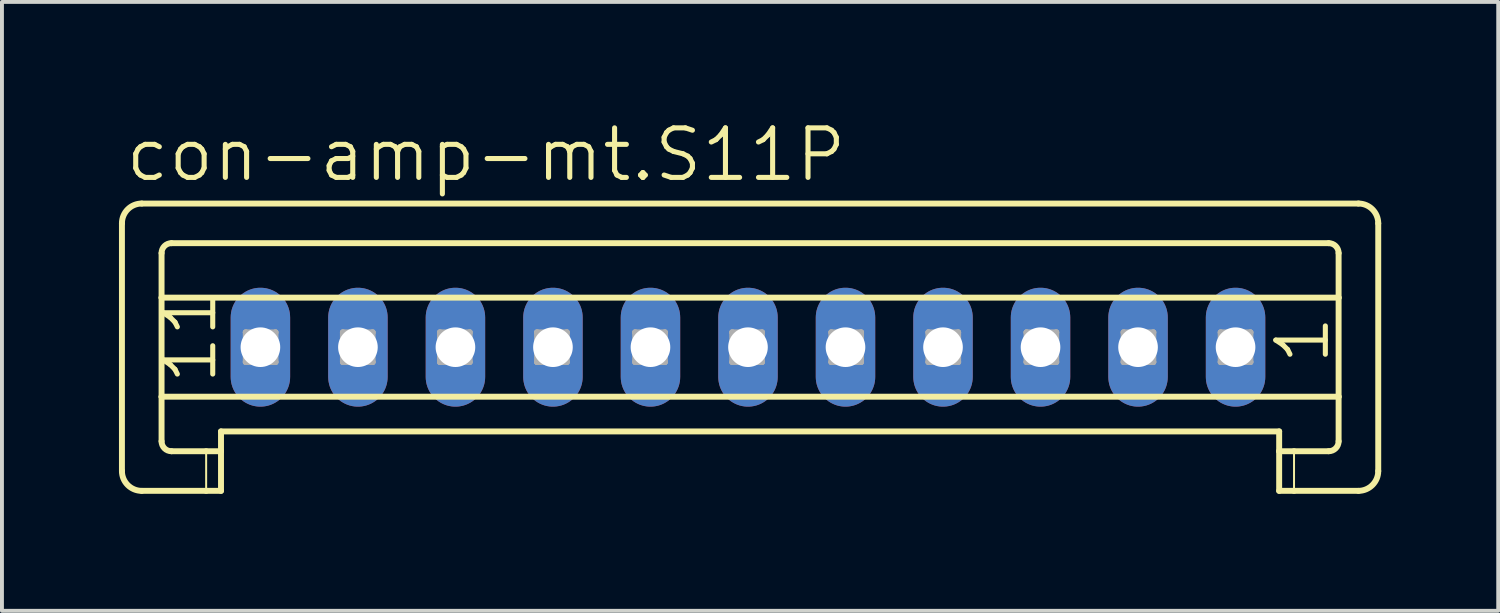
<source format=kicad_pcb>
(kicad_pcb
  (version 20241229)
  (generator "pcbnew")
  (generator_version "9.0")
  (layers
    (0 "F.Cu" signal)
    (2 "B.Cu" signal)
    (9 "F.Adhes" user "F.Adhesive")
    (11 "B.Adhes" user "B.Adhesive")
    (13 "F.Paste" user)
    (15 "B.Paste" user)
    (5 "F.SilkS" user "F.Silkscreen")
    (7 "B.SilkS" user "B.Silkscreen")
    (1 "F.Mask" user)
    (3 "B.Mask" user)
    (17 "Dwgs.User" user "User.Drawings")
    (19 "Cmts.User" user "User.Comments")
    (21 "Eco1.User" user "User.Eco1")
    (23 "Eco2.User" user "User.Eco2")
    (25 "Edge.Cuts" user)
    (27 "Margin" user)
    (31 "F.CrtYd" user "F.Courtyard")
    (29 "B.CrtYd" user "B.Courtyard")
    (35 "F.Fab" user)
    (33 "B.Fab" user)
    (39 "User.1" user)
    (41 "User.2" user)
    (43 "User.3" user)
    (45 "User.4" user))
  (footprint "con-amp-mt.S11P"
    (layer "F.Cu")
    (at 16.126 5.851)
    (property "Reference" "con-amp-mt.S11P" (at -16.024 -4.191 0) (layer "F.SilkS") (effects (font (size 1.27 1.27) (thickness 0.13)) (justify left bottom)))
    (attr through_hole)
    (fp_line (start -16.05 -3.175) (end -16.05 3.175) (stroke (width 0.152) (type default)) (layer "F.SilkS"))
    (fp_line (start -15.542 -3.683) (end 15.65 -3.683) (stroke (width 0.152) (type default)) (layer "F.SilkS"))
    (fp_line (start -15.034 -1.27) (end -15.034 -2.413) (stroke (width 0.152) (type default)) (layer "F.SilkS"))
    (fp_line (start -15.034 -1.27) (end 15.142 -1.27) (stroke (width 0.152) (type default)) (layer "F.SilkS"))
    (fp_line (start -15.034 1.27) (end -15.034 -1.27) (stroke (width 0.152) (type default)) (layer "F.SilkS"))
    (fp_line (start -15.034 1.27) (end 15.142 1.27) (stroke (width 0.152) (type default)) (layer "F.SilkS"))
    (fp_line (start -15.034 2.413) (end -15.034 1.27) (stroke (width 0.152) (type default)) (layer "F.SilkS"))
    (fp_line (start -14.78 -2.667) (end 14.888 -2.667) (stroke (width 0.152) (type default)) (layer "F.SilkS"))
    (fp_line (start -14.78 2.667) (end -13.891 2.667) (stroke (width 0.152) (type default)) (layer "F.SilkS"))
    (fp_line (start -13.891 2.667) (end -13.891 3.683) (stroke (width 0.051) (type default)) (layer "F.SilkS"))
    (fp_line (start -13.891 2.667) (end -13.51 2.667) (stroke (width 0.152) (type default)) (layer "F.SilkS"))
    (fp_line (start -13.891 3.683) (end -15.542 3.683) (stroke (width 0.152) (type default)) (layer "F.SilkS"))
    (fp_line (start -13.51 2.159) (end 13.618 2.159) (stroke (width 0.152) (type default)) (layer "F.SilkS"))
    (fp_line (start -13.51 2.667) (end -13.51 2.159) (stroke (width 0.152) (type default)) (layer "F.SilkS"))
    (fp_line (start -13.51 2.667) (end -13.51 3.683) (stroke (width 0.152) (type default)) (layer "F.SilkS"))
    (fp_line (start -13.51 3.683) (end -13.891 3.683) (stroke (width 0.152) (type default)) (layer "F.SilkS"))
    (fp_line (start 13.618 2.667) (end 13.618 2.159) (stroke (width 0.152) (type default)) (layer "F.SilkS"))
    (fp_line (start 13.618 2.667) (end 13.999 2.667) (stroke (width 0.152) (type default)) (layer "F.SilkS"))
    (fp_line (start 13.618 3.683) (end 13.618 2.667) (stroke (width 0.152) (type default)) (layer "F.SilkS"))
    (fp_line (start 13.999 2.667) (end 13.999 3.683) (stroke (width 0.051) (type default)) (layer "F.SilkS"))
    (fp_line (start 13.999 2.667) (end 14.888 2.667) (stroke (width 0.152) (type default)) (layer "F.SilkS"))
    (fp_line (start 13.999 3.683) (end 13.618 3.683) (stroke (width 0.152) (type default)) (layer "F.SilkS"))
    (fp_line (start 15.142 -1.27) (end 15.142 -2.413) (stroke (width 0.152) (type default)) (layer "F.SilkS"))
    (fp_line (start 15.142 1.27) (end 15.142 -1.27) (stroke (width 0.152) (type default)) (layer "F.SilkS"))
    (fp_line (start 15.142 2.413) (end 15.142 1.27) (stroke (width 0.152) (type default)) (layer "F.SilkS"))
    (fp_line (start 15.65 3.683) (end 13.999 3.683) (stroke (width 0.152) (type default)) (layer "F.SilkS"))
    (fp_line (start 16.158 -3.175) (end 16.158 3.175) (stroke (width 0.152) (type default)) (layer "F.SilkS"))
    (fp_arc (start -16.05 -3.175) (mid -15.90121 -3.53421) (end -15.542 -3.683) (stroke (width 0.1524) (type default)) (layer "F.SilkS"))
    (fp_arc (start -15.542 3.683) (mid -15.90121 3.53421) (end -16.05 3.175) (stroke (width 0.1524) (type default)) (layer "F.SilkS"))
    (fp_arc (start -15.034 -2.413) (mid -14.959605 -2.592605) (end -14.78 -2.667) (stroke (width 0.1524) (type default)) (layer "F.SilkS"))
    (fp_arc (start -14.78 2.667) (mid -14.959605 2.592605) (end -15.034 2.413) (stroke (width 0.1524) (type default)) (layer "F.SilkS"))
    (fp_arc (start 14.888 -2.667) (mid 15.067605 -2.592605) (end 15.142 -2.413) (stroke (width 0.1524) (type default)) (layer "F.SilkS"))
    (fp_arc (start 15.142 2.413) (mid 15.067605 2.592605) (end 14.888 2.667) (stroke (width 0.1524) (type default)) (layer "F.SilkS"))
    (fp_arc (start 15.65 -3.683) (mid 16.00921 -3.53421) (end 16.158 -3.175) (stroke (width 0.1524) (type default)) (layer "F.SilkS"))
    (fp_arc (start 16.158 3.175) (mid 16.00921 3.53421) (end 15.65 3.683) (stroke (width 0.1524) (type default)) (layer "F.SilkS"))
    (fp_line (start -12.875 -0.381) (end -12.875 0.381) (stroke (width 0.152) (type default)) (layer "F.Fab"))
    (fp_line (start -12.875 -0.381) (end -12.113 0.381) (stroke (width 0.152) (type default)) (layer "F.Fab"))
    (fp_line (start -12.875 0.381) (end -12.113 0.381) (stroke (width 0.152) (type default)) (layer "F.Fab"))
    (fp_line (start -12.113 -0.381) (end -12.875 -0.381) (stroke (width 0.152) (type default)) (layer "F.Fab"))
    (fp_line (start -12.113 -0.381) (end -12.875 0.381) (stroke (width 0.152) (type default)) (layer "F.Fab"))
    (fp_line (start -12.113 0.381) (end -12.113 -0.381) (stroke (width 0.152) (type default)) (layer "F.Fab"))
    (fp_line (start -10.385 -0.381) (end -10.385 0.381) (stroke (width 0.152) (type default)) (layer "F.Fab"))
    (fp_line (start -10.385 -0.381) (end -9.623 0.381) (stroke (width 0.152) (type default)) (layer "F.Fab"))
    (fp_line (start -10.385 0.381) (end -9.623 0.381) (stroke (width 0.152) (type default)) (layer "F.Fab"))
    (fp_line (start -9.623 -0.381) (end -10.385 -0.381) (stroke (width 0.152) (type default)) (layer "F.Fab"))
    (fp_line (start -9.623 -0.381) (end -10.385 0.381) (stroke (width 0.152) (type default)) (layer "F.Fab"))
    (fp_line (start -9.623 0.381) (end -9.623 -0.381) (stroke (width 0.152) (type default)) (layer "F.Fab"))
    (fp_line (start -7.896 -0.381) (end -7.896 0.381) (stroke (width 0.152) (type default)) (layer "F.Fab"))
    (fp_line (start -7.896 -0.381) (end -7.134 0.381) (stroke (width 0.152) (type default)) (layer "F.Fab"))
    (fp_line (start -7.896 0.381) (end -7.134 0.381) (stroke (width 0.152) (type default)) (layer "F.Fab"))
    (fp_line (start -7.134 -0.381) (end -7.896 -0.381) (stroke (width 0.152) (type default)) (layer "F.Fab"))
    (fp_line (start -7.134 -0.381) (end -7.896 0.381) (stroke (width 0.152) (type default)) (layer "F.Fab"))
    (fp_line (start -7.134 0.381) (end -7.134 -0.381) (stroke (width 0.152) (type default)) (layer "F.Fab"))
    (fp_line (start -5.407 -0.381) (end -5.407 0.381) (stroke (width 0.152) (type default)) (layer "F.Fab"))
    (fp_line (start -5.407 -0.381) (end -4.645 0.381) (stroke (width 0.152) (type default)) (layer "F.Fab"))
    (fp_line (start -5.407 0.381) (end -4.645 0.381) (stroke (width 0.152) (type default)) (layer "F.Fab"))
    (fp_line (start -4.645 -0.381) (end -5.407 -0.381) (stroke (width 0.152) (type default)) (layer "F.Fab"))
    (fp_line (start -4.645 -0.381) (end -5.407 0.381) (stroke (width 0.152) (type default)) (layer "F.Fab"))
    (fp_line (start -4.645 0.381) (end -4.645 -0.381) (stroke (width 0.152) (type default)) (layer "F.Fab"))
    (fp_line (start -2.892 -0.381) (end -2.892 0.381) (stroke (width 0.152) (type default)) (layer "F.Fab"))
    (fp_line (start -2.892 -0.381) (end -2.13 0.381) (stroke (width 0.152) (type default)) (layer "F.Fab"))
    (fp_line (start -2.892 0.381) (end -2.13 0.381) (stroke (width 0.152) (type default)) (layer "F.Fab"))
    (fp_line (start -2.13 -0.381) (end -2.892 -0.381) (stroke (width 0.152) (type default)) (layer "F.Fab"))
    (fp_line (start -2.13 -0.381) (end -2.892 0.381) (stroke (width 0.152) (type default)) (layer "F.Fab"))
    (fp_line (start -2.13 0.381) (end -2.13 -0.381) (stroke (width 0.152) (type default)) (layer "F.Fab"))
    (fp_line (start -0.403 -0.381) (end -0.403 0.381) (stroke (width 0.152) (type default)) (layer "F.Fab"))
    (fp_line (start -0.403 -0.381) (end 0.359 0.381) (stroke (width 0.152) (type default)) (layer "F.Fab"))
    (fp_line (start -0.403 0.381) (end 0.359 0.381) (stroke (width 0.152) (type default)) (layer "F.Fab"))
    (fp_line (start 0.359 -0.381) (end -0.403 -0.381) (stroke (width 0.152) (type default)) (layer "F.Fab"))
    (fp_line (start 0.359 -0.381) (end -0.403 0.381) (stroke (width 0.152) (type default)) (layer "F.Fab"))
    (fp_line (start 0.359 0.381) (end 0.359 -0.381) (stroke (width 0.152) (type default)) (layer "F.Fab"))
    (fp_line (start 2.137 -0.381) (end 2.137 0.381) (stroke (width 0.152) (type default)) (layer "F.Fab"))
    (fp_line (start 2.137 -0.381) (end 2.899 0.381) (stroke (width 0.152) (type default)) (layer "F.Fab"))
    (fp_line (start 2.137 0.381) (end 2.899 0.381) (stroke (width 0.152) (type default)) (layer "F.Fab"))
    (fp_line (start 2.899 -0.381) (end 2.137 -0.381) (stroke (width 0.152) (type default)) (layer "F.Fab"))
    (fp_line (start 2.899 -0.381) (end 2.137 0.381) (stroke (width 0.152) (type default)) (layer "F.Fab"))
    (fp_line (start 2.899 0.381) (end 2.899 -0.381) (stroke (width 0.152) (type default)) (layer "F.Fab"))
    (fp_line (start 4.626 -0.381) (end 4.626 0.381) (stroke (width 0.152) (type default)) (layer "F.Fab"))
    (fp_line (start 4.626 -0.381) (end 5.388 0.381) (stroke (width 0.152) (type default)) (layer "F.Fab"))
    (fp_line (start 4.626 0.381) (end 5.388 0.381) (stroke (width 0.152) (type default)) (layer "F.Fab"))
    (fp_line (start 5.388 -0.381) (end 4.626 -0.381) (stroke (width 0.152) (type default)) (layer "F.Fab"))
    (fp_line (start 5.388 -0.381) (end 4.626 0.381) (stroke (width 0.152) (type default)) (layer "F.Fab"))
    (fp_line (start 5.388 0.381) (end 5.388 -0.381) (stroke (width 0.152) (type default)) (layer "F.Fab"))
    (fp_line (start 7.141 -0.381) (end 7.141 0.381) (stroke (width 0.152) (type default)) (layer "F.Fab"))
    (fp_line (start 7.141 -0.381) (end 7.903 0.381) (stroke (width 0.152) (type default)) (layer "F.Fab"))
    (fp_line (start 7.141 0.381) (end 7.903 0.381) (stroke (width 0.152) (type default)) (layer "F.Fab"))
    (fp_line (start 7.903 -0.381) (end 7.141 -0.381) (stroke (width 0.152) (type default)) (layer "F.Fab"))
    (fp_line (start 7.903 -0.381) (end 7.141 0.381) (stroke (width 0.152) (type default)) (layer "F.Fab"))
    (fp_line (start 7.903 0.381) (end 7.903 -0.381) (stroke (width 0.152) (type default)) (layer "F.Fab"))
    (fp_line (start 9.63 -0.381) (end 9.63 0.381) (stroke (width 0.152) (type default)) (layer "F.Fab"))
    (fp_line (start 9.63 -0.381) (end 10.392 0.381) (stroke (width 0.152) (type default)) (layer "F.Fab"))
    (fp_line (start 9.63 0.381) (end 10.392 0.381) (stroke (width 0.152) (type default)) (layer "F.Fab"))
    (fp_line (start 10.392 -0.381) (end 9.63 -0.381) (stroke (width 0.152) (type default)) (layer "F.Fab"))
    (fp_line (start 10.392 -0.381) (end 9.63 0.381) (stroke (width 0.152) (type default)) (layer "F.Fab"))
    (fp_line (start 10.392 0.381) (end 10.392 -0.381) (stroke (width 0.152) (type default)) (layer "F.Fab"))
    (fp_line (start 12.119 -0.381) (end 12.119 0.381) (stroke (width 0.152) (type default)) (layer "F.Fab"))
    (fp_line (start 12.119 -0.381) (end 12.881 0.381) (stroke (width 0.152) (type default)) (layer "F.Fab"))
    (fp_line (start 12.119 0.381) (end 12.881 0.381) (stroke (width 0.152) (type default)) (layer "F.Fab"))
    (fp_line (start 12.881 -0.381) (end 12.119 -0.381) (stroke (width 0.152) (type default)) (layer "F.Fab"))
    (fp_line (start 12.881 -0.381) (end 12.119 0.381) (stroke (width 0.152) (type default)) (layer "F.Fab"))
    (fp_line (start 12.881 0.381) (end 12.881 -0.381) (stroke (width 0.152) (type default)) (layer "F.Fab"))
    (fp_text user "11" (at -13.56 1.016 90) (layer "F.SilkS") (effects (font (size 1.27 1.27) (thickness 0.13)) (justify left bottom)))
    (fp_text user "1" (at 14.964 0.508 90) (layer "F.SilkS") (effects (font (size 1.27 1.27) (thickness 0.13)) (justify left bottom)))
    (pad "1" thru_hole oval (at 12.5 0 90) (size 3.048 1.524) (drill 1.016) (layers "*.Cu" "*.Mask"))
    (pad "2" thru_hole oval (at 10 0 90) (size 3.048 1.524) (drill 1.016) (layers "*.Cu" "*.Mask"))
    (pad "3" thru_hole oval (at 7.5 0 90) (size 3.048 1.524) (drill 1.016) (layers "*.Cu" "*.Mask"))
    (pad "4" thru_hole oval (at 5 0 90) (size 3.048 1.524) (drill 1.016) (layers "*.Cu" "*.Mask"))
    (pad "5" thru_hole oval (at 2.5 0 90) (size 3.048 1.524) (drill 1.016) (layers "*.Cu" "*.Mask"))
    (pad "6" thru_hole oval (at 0 0 90) (size 3.048 1.524) (drill 1.016) (layers "*.Cu" "*.Mask"))
    (pad "7" thru_hole oval (at -2.5 0 90) (size 3.048 1.524) (drill 1.016) (layers "*.Cu" "*.Mask"))
    (pad "8" thru_hole oval (at -5 0 90) (size 3.048 1.524) (drill 1.016) (layers "*.Cu" "*.Mask"))
    (pad "9" thru_hole oval (at -7.5 0 90) (size 3.048 1.524) (drill 1.016) (layers "*.Cu" "*.Mask"))
    (pad "10" thru_hole oval (at -10 0 90) (size 3.048 1.524) (drill 1.016) (layers "*.Cu" "*.Mask"))
    (pad "11" thru_hole oval (at -12.5 0 90) (size 3.048 1.524) (drill 1.016) (layers "*.Cu" "*.Mask")))
  (gr_rect
    (start -3 -3)
    (end 35.36 12.61)
    (stroke (width 0.1) (type default))
    (fill no)
    (layer "Edge.Cuts")))
</source>
